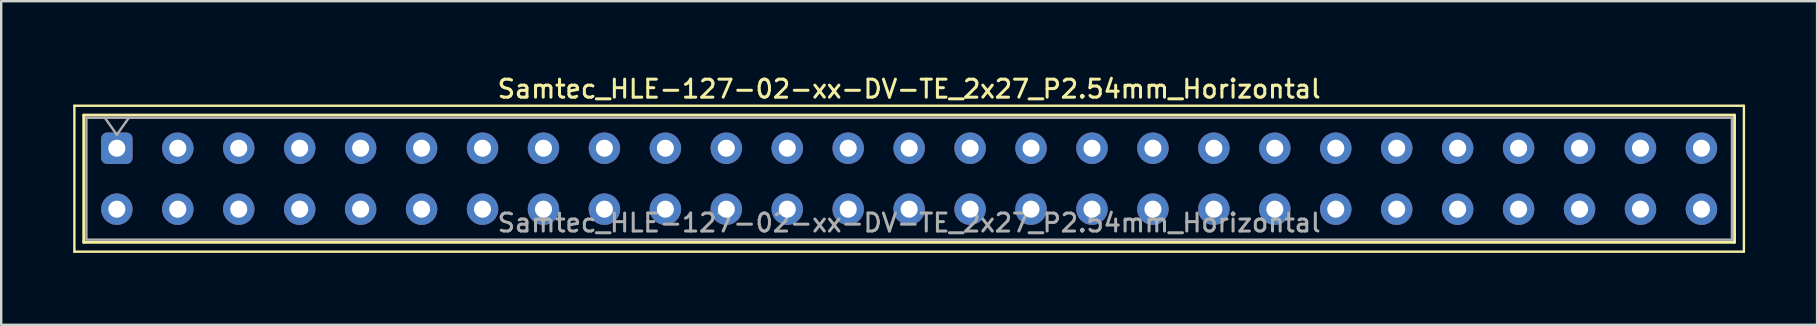
<source format=kicad_pcb>
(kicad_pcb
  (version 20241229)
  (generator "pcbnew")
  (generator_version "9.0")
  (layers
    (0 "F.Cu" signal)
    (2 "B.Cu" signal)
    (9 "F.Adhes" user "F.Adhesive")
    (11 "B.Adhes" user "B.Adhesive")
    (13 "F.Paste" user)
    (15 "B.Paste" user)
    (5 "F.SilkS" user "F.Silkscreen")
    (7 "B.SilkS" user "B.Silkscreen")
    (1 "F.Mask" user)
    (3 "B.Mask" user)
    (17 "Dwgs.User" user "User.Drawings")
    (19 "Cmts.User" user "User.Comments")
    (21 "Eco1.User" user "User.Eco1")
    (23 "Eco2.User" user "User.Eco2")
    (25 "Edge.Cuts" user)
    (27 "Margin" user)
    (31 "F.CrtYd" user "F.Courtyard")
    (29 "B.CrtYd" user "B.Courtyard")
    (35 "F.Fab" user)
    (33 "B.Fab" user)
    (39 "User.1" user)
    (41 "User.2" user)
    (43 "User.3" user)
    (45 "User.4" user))
  (footprint "Samtec_HLE-127-02-xx-DV-TE_2x27_P2.54mm_Horizontal"
    (layer "F.Cu")
    (at 1.82 3.128)
    (property "Reference" "Samtec_HLE-127-02-xx-DV-TE_2x27_P2.54mm_Horizontal" (at 33.02 -2.47 0) (layer "F.SilkS") (effects (font (size 0.75 0.75) (thickness 0.125))))
    (attr through_hole)
    (fp_line (start -1.77 -1.77) (end 67.81 -1.77) (stroke (width 0.1) (type solid)) (layer "F.SilkS"))
    (fp_line (start -1.77 4.31) (end -1.77 -1.77) (stroke (width 0.1) (type solid)) (layer "F.SilkS"))
    (fp_line (start -1.38 -1.38) (end 67.42 -1.38) (stroke (width 0.12) (type solid)) (layer "F.SilkS"))
    (fp_line (start -1.38 3.92) (end -1.38 -1.38) (stroke (width 0.12) (type solid)) (layer "F.SilkS"))
    (fp_line (start 67.42 -1.38) (end 67.42 3.92) (stroke (width 0.12) (type solid)) (layer "F.SilkS"))
    (fp_line (start 67.42 3.92) (end -1.38 3.92) (stroke (width 0.12) (type solid)) (layer "F.SilkS"))
    (fp_line (start 67.81 -1.77) (end 67.81 4.31) (stroke (width 0.1) (type solid)) (layer "F.SilkS"))
    (fp_line (start 67.81 4.31) (end -1.77 4.31) (stroke (width 0.1) (type solid)) (layer "F.SilkS"))
    (fp_line (start -1.27 -1.27) (end 67.31 -1.27) (stroke (width 0.1) (type solid)) (layer "F.Fab"))
    (fp_line (start -1.27 3.81) (end -1.27 -1.27) (stroke (width 0.1) (type solid)) (layer "F.Fab"))
    (fp_line (start -0.5 -1.27) (end 0 -0.563) (stroke (width 0.1) (type solid)) (layer "F.Fab"))
    (fp_line (start 0 -0.563) (end 0.5 -1.27) (stroke (width 0.1) (type solid)) (layer "F.Fab"))
    (fp_line (start 67.31 -1.27) (end 67.31 3.81) (stroke (width 0.1) (type solid)) (layer "F.Fab"))
    (fp_line (start 67.31 3.81) (end -1.27 3.81) (stroke (width 0.1) (type solid)) (layer "F.Fab"))
    (fp_text user "${REFERENCE}" (at 33.02 3.11 0) (layer "F.Fab") (effects (font (size 0.75 0.75) (thickness 0.125))))
    (pad "1" thru_hole roundrect (at 0 0) (size 1.31 1.31) (drill 0.71) (layers "*.Cu" "*.Mask") (roundrect_rratio 0.191))
    (pad "2" thru_hole circle (at 0 2.54) (size 1.31 1.31) (drill 0.71) (layers "*.Cu" "*.Mask"))
    (pad "3" thru_hole circle (at 2.54 0) (size 1.31 1.31) (drill 0.71) (layers "*.Cu" "*.Mask"))
    (pad "4" thru_hole circle (at 2.54 2.54) (size 1.31 1.31) (drill 0.71) (layers "*.Cu" "*.Mask"))
    (pad "5" thru_hole circle (at 5.08 0) (size 1.31 1.31) (drill 0.71) (layers "*.Cu" "*.Mask"))
    (pad "6" thru_hole circle (at 5.08 2.54) (size 1.31 1.31) (drill 0.71) (layers "*.Cu" "*.Mask"))
    (pad "7" thru_hole circle (at 7.62 0) (size 1.31 1.31) (drill 0.71) (layers "*.Cu" "*.Mask"))
    (pad "8" thru_hole circle (at 7.62 2.54) (size 1.31 1.31) (drill 0.71) (layers "*.Cu" "*.Mask"))
    (pad "9" thru_hole circle (at 10.16 0) (size 1.31 1.31) (drill 0.71) (layers "*.Cu" "*.Mask"))
    (pad "10" thru_hole circle (at 10.16 2.54) (size 1.31 1.31) (drill 0.71) (layers "*.Cu" "*.Mask"))
    (pad "11" thru_hole circle (at 12.7 0) (size 1.31 1.31) (drill 0.71) (layers "*.Cu" "*.Mask"))
    (pad "12" thru_hole circle (at 12.7 2.54) (size 1.31 1.31) (drill 0.71) (layers "*.Cu" "*.Mask"))
    (pad "13" thru_hole circle (at 15.24 0) (size 1.31 1.31) (drill 0.71) (layers "*.Cu" "*.Mask"))
    (pad "14" thru_hole circle (at 15.24 2.54) (size 1.31 1.31) (drill 0.71) (layers "*.Cu" "*.Mask"))
    (pad "15" thru_hole circle (at 17.78 0) (size 1.31 1.31) (drill 0.71) (layers "*.Cu" "*.Mask"))
    (pad "16" thru_hole circle (at 17.78 2.54) (size 1.31 1.31) (drill 0.71) (layers "*.Cu" "*.Mask"))
    (pad "17" thru_hole circle (at 20.32 0) (size 1.31 1.31) (drill 0.71) (layers "*.Cu" "*.Mask"))
    (pad "18" thru_hole circle (at 20.32 2.54) (size 1.31 1.31) (drill 0.71) (layers "*.Cu" "*.Mask"))
    (pad "19" thru_hole circle (at 22.86 0) (size 1.31 1.31) (drill 0.71) (layers "*.Cu" "*.Mask"))
    (pad "20" thru_hole circle (at 22.86 2.54) (size 1.31 1.31) (drill 0.71) (layers "*.Cu" "*.Mask"))
    (pad "21" thru_hole circle (at 25.4 0) (size 1.31 1.31) (drill 0.71) (layers "*.Cu" "*.Mask"))
    (pad "22" thru_hole circle (at 25.4 2.54) (size 1.31 1.31) (drill 0.71) (layers "*.Cu" "*.Mask"))
    (pad "23" thru_hole circle (at 27.94 0) (size 1.31 1.31) (drill 0.71) (layers "*.Cu" "*.Mask"))
    (pad "24" thru_hole circle (at 27.94 2.54) (size 1.31 1.31) (drill 0.71) (layers "*.Cu" "*.Mask"))
    (pad "25" thru_hole circle (at 30.48 0) (size 1.31 1.31) (drill 0.71) (layers "*.Cu" "*.Mask"))
    (pad "26" thru_hole circle (at 30.48 2.54) (size 1.31 1.31) (drill 0.71) (layers "*.Cu" "*.Mask"))
    (pad "27" thru_hole circle (at 33.02 0) (size 1.31 1.31) (drill 0.71) (layers "*.Cu" "*.Mask"))
    (pad "28" thru_hole circle (at 33.02 2.54) (size 1.31 1.31) (drill 0.71) (layers "*.Cu" "*.Mask"))
    (pad "29" thru_hole circle (at 35.56 0) (size 1.31 1.31) (drill 0.71) (layers "*.Cu" "*.Mask"))
    (pad "30" thru_hole circle (at 35.56 2.54) (size 1.31 1.31) (drill 0.71) (layers "*.Cu" "*.Mask"))
    (pad "31" thru_hole circle (at 38.1 0) (size 1.31 1.31) (drill 0.71) (layers "*.Cu" "*.Mask"))
    (pad "32" thru_hole circle (at 38.1 2.54) (size 1.31 1.31) (drill 0.71) (layers "*.Cu" "*.Mask"))
    (pad "33" thru_hole circle (at 40.64 0) (size 1.31 1.31) (drill 0.71) (layers "*.Cu" "*.Mask"))
    (pad "34" thru_hole circle (at 40.64 2.54) (size 1.31 1.31) (drill 0.71) (layers "*.Cu" "*.Mask"))
    (pad "35" thru_hole circle (at 43.18 0) (size 1.31 1.31) (drill 0.71) (layers "*.Cu" "*.Mask"))
    (pad "36" thru_hole circle (at 43.18 2.54) (size 1.31 1.31) (drill 0.71) (layers "*.Cu" "*.Mask"))
    (pad "37" thru_hole circle (at 45.72 0) (size 1.31 1.31) (drill 0.71) (layers "*.Cu" "*.Mask"))
    (pad "38" thru_hole circle (at 45.72 2.54) (size 1.31 1.31) (drill 0.71) (layers "*.Cu" "*.Mask"))
    (pad "39" thru_hole circle (at 48.26 0) (size 1.31 1.31) (drill 0.71) (layers "*.Cu" "*.Mask"))
    (pad "40" thru_hole circle (at 48.26 2.54) (size 1.31 1.31) (drill 0.71) (layers "*.Cu" "*.Mask"))
    (pad "41" thru_hole circle (at 50.8 0) (size 1.31 1.31) (drill 0.71) (layers "*.Cu" "*.Mask"))
    (pad "42" thru_hole circle (at 50.8 2.54) (size 1.31 1.31) (drill 0.71) (layers "*.Cu" "*.Mask"))
    (pad "43" thru_hole circle (at 53.34 0) (size 1.31 1.31) (drill 0.71) (layers "*.Cu" "*.Mask"))
    (pad "44" thru_hole circle (at 53.34 2.54) (size 1.31 1.31) (drill 0.71) (layers "*.Cu" "*.Mask"))
    (pad "45" thru_hole circle (at 55.88 0) (size 1.31 1.31) (drill 0.71) (layers "*.Cu" "*.Mask"))
    (pad "46" thru_hole circle (at 55.88 2.54) (size 1.31 1.31) (drill 0.71) (layers "*.Cu" "*.Mask"))
    (pad "47" thru_hole circle (at 58.42 0) (size 1.31 1.31) (drill 0.71) (layers "*.Cu" "*.Mask"))
    (pad "48" thru_hole circle (at 58.42 2.54) (size 1.31 1.31) (drill 0.71) (layers "*.Cu" "*.Mask"))
    (pad "49" thru_hole circle (at 60.96 0) (size 1.31 1.31) (drill 0.71) (layers "*.Cu" "*.Mask"))
    (pad "50" thru_hole circle (at 60.96 2.54) (size 1.31 1.31) (drill 0.71) (layers "*.Cu" "*.Mask"))
    (pad "51" thru_hole circle (at 63.5 0) (size 1.31 1.31) (drill 0.71) (layers "*.Cu" "*.Mask"))
    (pad "52" thru_hole circle (at 63.5 2.54) (size 1.31 1.31) (drill 0.71) (layers "*.Cu" "*.Mask"))
    (pad "53" thru_hole circle (at 66.04 0) (size 1.31 1.31) (drill 0.71) (layers "*.Cu" "*.Mask"))
    (pad "54" thru_hole circle (at 66.04 2.54) (size 1.31 1.31) (drill 0.71) (layers "*.Cu" "*.Mask")))
  (gr_rect
    (start -3 -3)
    (end 72.68 10.488)
    (stroke (width 0.1) (type default))
    (fill no)
    (layer "Edge.Cuts")))
</source>
